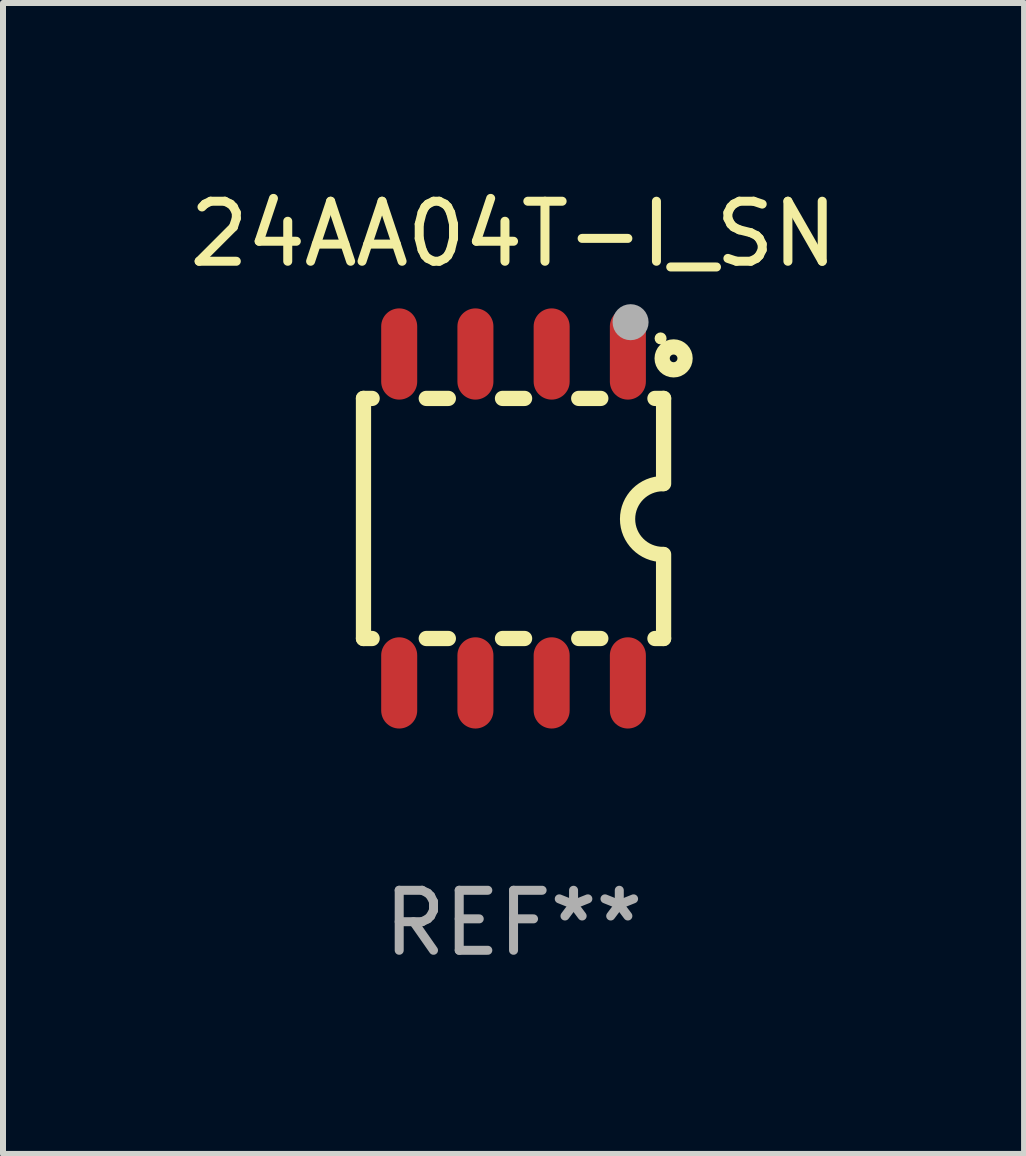
<source format=kicad_pcb>
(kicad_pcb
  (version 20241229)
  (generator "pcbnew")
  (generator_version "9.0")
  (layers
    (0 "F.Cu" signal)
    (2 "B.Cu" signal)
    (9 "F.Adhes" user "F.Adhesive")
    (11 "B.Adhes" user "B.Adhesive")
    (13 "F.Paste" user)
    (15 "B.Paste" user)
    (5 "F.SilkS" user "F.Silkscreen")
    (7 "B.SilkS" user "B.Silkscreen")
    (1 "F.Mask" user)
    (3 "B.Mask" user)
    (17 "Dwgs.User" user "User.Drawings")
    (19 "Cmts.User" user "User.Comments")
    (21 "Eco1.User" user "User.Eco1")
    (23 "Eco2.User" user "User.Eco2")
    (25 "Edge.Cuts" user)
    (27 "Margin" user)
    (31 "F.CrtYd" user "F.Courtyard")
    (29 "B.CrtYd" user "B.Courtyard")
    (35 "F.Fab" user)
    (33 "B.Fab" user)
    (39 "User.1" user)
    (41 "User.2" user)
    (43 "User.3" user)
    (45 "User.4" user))
  (footprint "24AA04T-I_SN"
    (layer "F.Cu")
    (at 5.506 5.588)
    (property "Reference" "24AA04T-I_SN" (at 0 -4.74 0) (layer "F.SilkS") (effects (font (size 1 1) (thickness 0.15))))
    (attr through_hole)
    (fp_line (start -2.5 2) (end -2.5 -2) (stroke (width 0.254) (type solid)) (layer "F.SilkS"))
    (fp_line (start -2.356 -2) (end -2.5 -2) (stroke (width 0.254) (type solid)) (layer "F.SilkS"))
    (fp_line (start -2.356 2) (end -2.5 2) (stroke (width 0.254) (type solid)) (layer "F.SilkS"))
    (fp_line (start -1.086 -2) (end -1.454 -2) (stroke (width 0.254) (type solid)) (layer "F.SilkS"))
    (fp_line (start -1.086 2) (end -1.454 2) (stroke (width 0.254) (type solid)) (layer "F.SilkS"))
    (fp_line (start 0.184 -2) (end -0.184 -2) (stroke (width 0.254) (type solid)) (layer "F.SilkS"))
    (fp_line (start 0.184 2) (end -0.184 2) (stroke (width 0.254) (type solid)) (layer "F.SilkS"))
    (fp_line (start 1.454 -2) (end 1.086 -2) (stroke (width 0.254) (type solid)) (layer "F.SilkS"))
    (fp_line (start 1.454 2) (end 1.086 2) (stroke (width 0.254) (type solid)) (layer "F.SilkS"))
    (fp_line (start 2.5 -2) (end 2.356 -2) (stroke (width 0.254) (type solid)) (layer "F.SilkS"))
    (fp_line (start 2.5 -0.58) (end 2.5 -2) (stroke (width 0.254) (type solid)) (layer "F.SilkS"))
    (fp_line (start 2.5 2) (end 2.356 2) (stroke (width 0.254) (type solid)) (layer "F.SilkS"))
    (fp_line (start 2.5 2) (end 2.5 0.6) (stroke (width 0.254) (type solid)) (layer "F.SilkS"))
    (fp_arc (start 2.489992 0.600051) (mid 1.901674 0.010046) (end 2.489992 -0.579959) (stroke (width 0.254001) (type solid)) (layer "F.SilkS"))
    (fp_circle (center 2.45 -3) (end 2.5 -3) (stroke (width 0.1) (type solid)) (fill no) (layer "F.SilkS"))
    (fp_circle (center 2.667 -2.667) (end 2.858 -2.667) (stroke (width 0.254) (type solid)) (fill no) (layer "F.SilkS"))
    (fp_circle (center 1.95 -3.27) (end 2.1 -3.27) (stroke (width 0.3) (type solid)) (fill no) (layer "F.Fab"))
    (fp_text user "REF**" (at 0 6.74 0) (layer "F.Fab") (effects (font (size 1 1) (thickness 0.15))))
    (pad "1" smd oval (at 1.905 -2.74) (size 0.6 1.52) (layers "F.Cu" "F.Mask" "F.Paste"))
    (pad "2" smd oval (at 0.635 -2.74) (size 0.6 1.52) (layers "F.Cu" "F.Mask" "F.Paste"))
    (pad "3" smd oval (at -0.635 -2.74) (size 0.6 1.52) (layers "F.Cu" "F.Mask" "F.Paste"))
    (pad "4" smd oval (at -1.905 -2.74) (size 0.6 1.52) (layers "F.Cu" "F.Mask" "F.Paste"))
    (pad "5" smd oval (at -1.905 2.74) (size 0.6 1.52) (layers "F.Cu" "F.Mask" "F.Paste"))
    (pad "6" smd oval (at -0.635 2.74) (size 0.6 1.52) (layers "F.Cu" "F.Mask" "F.Paste"))
    (pad "7" smd oval (at 0.635 2.74) (size 0.6 1.52) (layers "F.Cu" "F.Mask" "F.Paste"))
    (pad "8" smd oval (at 1.905 2.74) (size 0.6 1.52) (layers "F.Cu" "F.Mask" "F.Paste")))
  (gr_rect
    (start -3 -3)
    (end 14.012 16.176)
    (stroke (width 0.1) (type default))
    (fill no)
    (layer "Edge.Cuts")))
</source>
